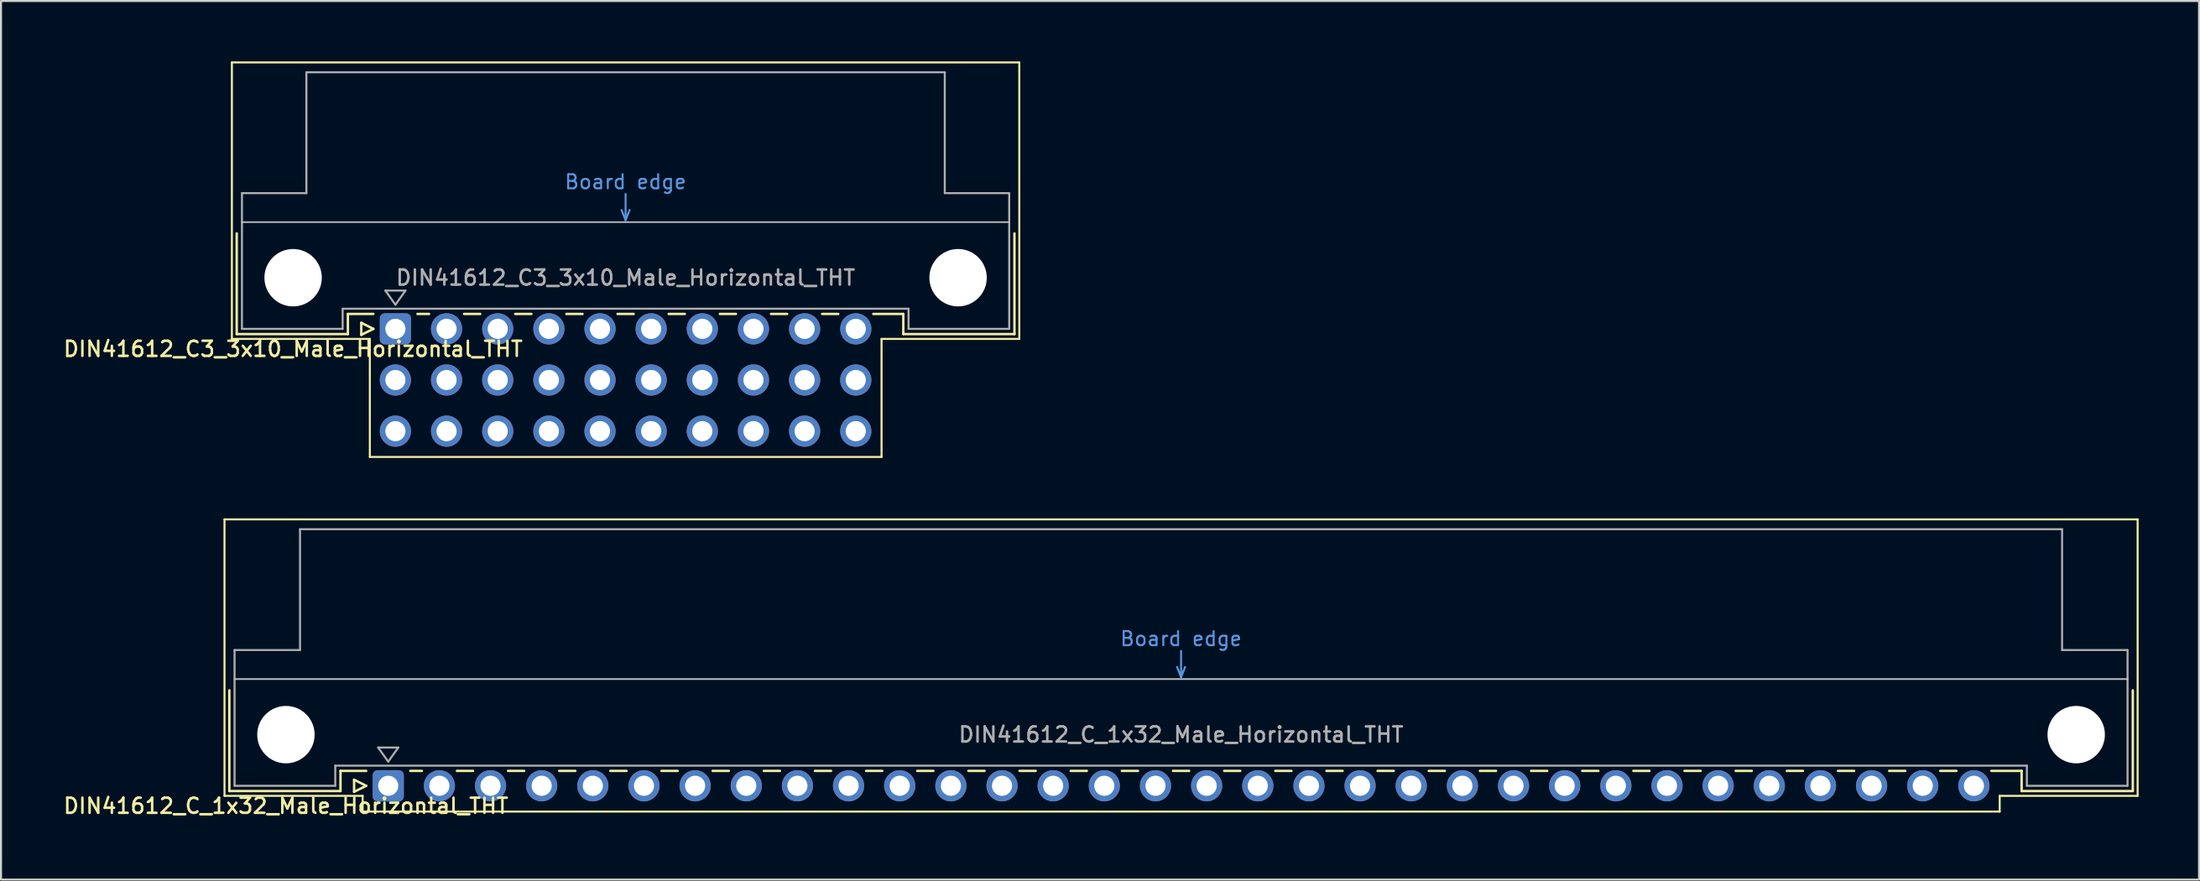
<source format=kicad_pcb>
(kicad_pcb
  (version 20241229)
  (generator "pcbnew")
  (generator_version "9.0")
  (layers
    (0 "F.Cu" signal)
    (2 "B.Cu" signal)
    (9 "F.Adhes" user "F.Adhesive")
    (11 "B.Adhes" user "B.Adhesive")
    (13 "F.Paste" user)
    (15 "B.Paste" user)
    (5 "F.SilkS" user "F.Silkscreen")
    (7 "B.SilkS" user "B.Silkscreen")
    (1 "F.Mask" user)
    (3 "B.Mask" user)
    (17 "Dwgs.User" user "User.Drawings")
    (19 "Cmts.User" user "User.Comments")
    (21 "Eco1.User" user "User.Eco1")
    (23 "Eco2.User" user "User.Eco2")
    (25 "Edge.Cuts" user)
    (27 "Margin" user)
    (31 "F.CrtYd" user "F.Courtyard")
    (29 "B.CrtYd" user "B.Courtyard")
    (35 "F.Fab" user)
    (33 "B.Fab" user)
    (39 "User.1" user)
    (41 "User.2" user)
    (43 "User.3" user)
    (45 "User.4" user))
  (footprint "DIN41612_C_1x32_Male_Horizontal_THT"
    (layer "F.Cu")
    (at 16.228 35.97)
    (property "Reference" "DIN41612_C_1x32_Male_Horizontal_THT" (at -5.08 1 0) (layer "F.SilkS") (effects (font (size 0.75 0.75) (thickness 0.125))))
    (attr through_hole)
    (fp_line (start -8.13 -13.23) (end -8.13 0.5) (stroke (width 0.1) (type solid)) (layer "F.SilkS"))
    (fp_line (start -8.13 0.5) (end -1.27 0.5) (stroke (width 0.1) (type solid)) (layer "F.SilkS"))
    (fp_line (start -7.89 -4.74) (end -7.89 0.26) (stroke (width 0.12) (type solid)) (layer "F.SilkS"))
    (fp_line (start -7.89 0.26) (end -2.37 0.26) (stroke (width 0.12) (type solid)) (layer "F.SilkS"))
    (fp_line (start -2.371 -0.74) (end -1.095 -0.74) (stroke (width 0.12) (type solid)) (layer "F.SilkS"))
    (fp_line (start -2.37 0.26) (end -2.37 -0.74) (stroke (width 0.12) (type solid)) (layer "F.SilkS"))
    (fp_line (start -1.695 -0.3) (end -1.695 0.3) (stroke (width 0.12) (type solid)) (layer "F.SilkS"))
    (fp_line (start -1.695 0.3) (end -1.095 0) (stroke (width 0.12) (type solid)) (layer "F.SilkS"))
    (fp_line (start -1.27 0.5) (end -1.27 1.28) (stroke (width 0.1) (type solid)) (layer "F.SilkS"))
    (fp_line (start -1.27 1.28) (end 80.02 1.28) (stroke (width 0.1) (type solid)) (layer "F.SilkS"))
    (fp_line (start -1.095 0) (end -1.695 -0.3) (stroke (width 0.12) (type solid)) (layer "F.SilkS"))
    (fp_line (start 1.095 -0.74) (end 1.671 -0.74) (stroke (width 0.12) (type solid)) (layer "F.SilkS"))
    (fp_line (start 3.41 -0.74) (end 4.211 -0.74) (stroke (width 0.12) (type solid)) (layer "F.SilkS"))
    (fp_line (start 5.95 -0.74) (end 6.751 -0.74) (stroke (width 0.12) (type solid)) (layer "F.SilkS"))
    (fp_line (start 8.49 -0.74) (end 9.291 -0.74) (stroke (width 0.12) (type solid)) (layer "F.SilkS"))
    (fp_line (start 11.03 -0.74) (end 11.831 -0.74) (stroke (width 0.12) (type solid)) (layer "F.SilkS"))
    (fp_line (start 13.57 -0.74) (end 14.371 -0.74) (stroke (width 0.12) (type solid)) (layer "F.SilkS"))
    (fp_line (start 16.11 -0.74) (end 16.911 -0.74) (stroke (width 0.12) (type solid)) (layer "F.SilkS"))
    (fp_line (start 18.65 -0.74) (end 19.451 -0.74) (stroke (width 0.12) (type solid)) (layer "F.SilkS"))
    (fp_line (start 21.19 -0.74) (end 21.991 -0.74) (stroke (width 0.12) (type solid)) (layer "F.SilkS"))
    (fp_line (start 23.73 -0.74) (end 24.531 -0.74) (stroke (width 0.12) (type solid)) (layer "F.SilkS"))
    (fp_line (start 26.27 -0.74) (end 27.071 -0.74) (stroke (width 0.12) (type solid)) (layer "F.SilkS"))
    (fp_line (start 28.81 -0.74) (end 29.611 -0.74) (stroke (width 0.12) (type solid)) (layer "F.SilkS"))
    (fp_line (start 31.35 -0.74) (end 32.151 -0.74) (stroke (width 0.12) (type solid)) (layer "F.SilkS"))
    (fp_line (start 33.89 -0.74) (end 34.691 -0.74) (stroke (width 0.12) (type solid)) (layer "F.SilkS"))
    (fp_line (start 36.43 -0.74) (end 37.231 -0.74) (stroke (width 0.12) (type solid)) (layer "F.SilkS"))
    (fp_line (start 38.97 -0.74) (end 39.771 -0.74) (stroke (width 0.12) (type solid)) (layer "F.SilkS"))
    (fp_line (start 41.51 -0.74) (end 42.311 -0.74) (stroke (width 0.12) (type solid)) (layer "F.SilkS"))
    (fp_line (start 44.05 -0.74) (end 44.851 -0.74) (stroke (width 0.12) (type solid)) (layer "F.SilkS"))
    (fp_line (start 46.59 -0.74) (end 47.391 -0.74) (stroke (width 0.12) (type solid)) (layer "F.SilkS"))
    (fp_line (start 49.13 -0.74) (end 49.931 -0.74) (stroke (width 0.12) (type solid)) (layer "F.SilkS"))
    (fp_line (start 51.67 -0.74) (end 52.471 -0.74) (stroke (width 0.12) (type solid)) (layer "F.SilkS"))
    (fp_line (start 54.21 -0.74) (end 55.011 -0.74) (stroke (width 0.12) (type solid)) (layer "F.SilkS"))
    (fp_line (start 56.75 -0.74) (end 57.551 -0.74) (stroke (width 0.12) (type solid)) (layer "F.SilkS"))
    (fp_line (start 59.29 -0.74) (end 60.091 -0.74) (stroke (width 0.12) (type solid)) (layer "F.SilkS"))
    (fp_line (start 61.83 -0.74) (end 62.631 -0.74) (stroke (width 0.12) (type solid)) (layer "F.SilkS"))
    (fp_line (start 64.37 -0.74) (end 65.171 -0.74) (stroke (width 0.12) (type solid)) (layer "F.SilkS"))
    (fp_line (start 66.91 -0.74) (end 67.711 -0.74) (stroke (width 0.12) (type solid)) (layer "F.SilkS"))
    (fp_line (start 69.45 -0.74) (end 70.251 -0.74) (stroke (width 0.12) (type solid)) (layer "F.SilkS"))
    (fp_line (start 71.99 -0.74) (end 72.791 -0.74) (stroke (width 0.12) (type solid)) (layer "F.SilkS"))
    (fp_line (start 74.53 -0.74) (end 75.331 -0.74) (stroke (width 0.12) (type solid)) (layer "F.SilkS"))
    (fp_line (start 77.07 -0.74) (end 77.871 -0.74) (stroke (width 0.12) (type solid)) (layer "F.SilkS"))
    (fp_line (start 79.61 -0.74) (end 81.11 -0.74) (stroke (width 0.12) (type solid)) (layer "F.SilkS"))
    (fp_line (start 80.02 0.5) (end 86.87 0.5) (stroke (width 0.1) (type solid)) (layer "F.SilkS"))
    (fp_line (start 80.02 1.28) (end 80.02 0.5) (stroke (width 0.1) (type solid)) (layer "F.SilkS"))
    (fp_line (start 81.11 0.26) (end 81.11 -0.74) (stroke (width 0.12) (type solid)) (layer "F.SilkS"))
    (fp_line (start 86.63 -4.74) (end 86.63 0.26) (stroke (width 0.12) (type solid)) (layer "F.SilkS"))
    (fp_line (start 86.63 0.26) (end 81.11 0.26) (stroke (width 0.12) (type solid)) (layer "F.SilkS"))
    (fp_line (start 86.87 -13.23) (end -8.13 -13.23) (stroke (width 0.1) (type solid)) (layer "F.SilkS"))
    (fp_line (start 86.87 0.5) (end 86.87 -13.23) (stroke (width 0.1) (type solid)) (layer "F.SilkS"))
    (fp_line (start -7.63 -5.3) (end 86.37 -5.3) (stroke (width 0.08) (type solid)) (layer "Dwgs.User"))
    (fp_line (start 39.17 -5.9) (end 39.37 -5.4) (stroke (width 0.1) (type solid)) (layer "Cmts.User"))
    (fp_line (start 39.37 -5.4) (end 39.37 -6.7) (stroke (width 0.1) (type solid)) (layer "Cmts.User"))
    (fp_line (start 39.37 -5.4) (end 39.57 -5.9) (stroke (width 0.1) (type solid)) (layer "Cmts.User"))
    (fp_line (start -7.63 -6.74) (end -7.63 0) (stroke (width 0.1) (type solid)) (layer "F.Fab"))
    (fp_line (start -7.63 0) (end -2.63 0) (stroke (width 0.1) (type solid)) (layer "F.Fab"))
    (fp_line (start -4.38 -12.74) (end -4.38 -6.74) (stroke (width 0.1) (type solid)) (layer "F.Fab"))
    (fp_line (start -4.38 -6.74) (end -7.63 -6.74) (stroke (width 0.1) (type solid)) (layer "F.Fab"))
    (fp_line (start -2.63 -1) (end 81.37 -1) (stroke (width 0.1) (type solid)) (layer "F.Fab"))
    (fp_line (start -2.63 0) (end -2.63 -1) (stroke (width 0.1) (type solid)) (layer "F.Fab"))
    (fp_line (start -0.5 -1.9) (end 0.5 -1.9) (stroke (width 0.1) (type solid)) (layer "F.Fab"))
    (fp_line (start 0 -1.2) (end -0.5 -1.9) (stroke (width 0.1) (type solid)) (layer "F.Fab"))
    (fp_line (start 0.5 -1.9) (end 0 -1.2) (stroke (width 0.1) (type solid)) (layer "F.Fab"))
    (fp_line (start 81.37 -1) (end 81.37 0) (stroke (width 0.1) (type solid)) (layer "F.Fab"))
    (fp_line (start 81.37 0) (end 86.37 0) (stroke (width 0.1) (type solid)) (layer "F.Fab"))
    (fp_line (start 83.12 -12.74) (end -4.38 -12.74) (stroke (width 0.1) (type solid)) (layer "F.Fab"))
    (fp_line (start 83.12 -6.74) (end 83.12 -12.74) (stroke (width 0.1) (type solid)) (layer "F.Fab"))
    (fp_line (start 86.37 -6.74) (end 83.12 -6.74) (stroke (width 0.1) (type solid)) (layer "F.Fab"))
    (fp_line (start 86.37 0) (end 86.37 -6.74) (stroke (width 0.1) (type solid)) (layer "F.Fab"))
    (fp_text user "Board edge" (at 39.37 -7.3 0) (layer "Cmts.User") (effects (font (size 0.7 0.7) (thickness 0.1))))
    (fp_text user "${REFERENCE}" (at 39.37 -2.54 0) (layer "F.Fab") (effects (font (size 0.75 0.75) (thickness 0.125))))
    (pad "" np_thru_hole circle (at -5.08 -2.54) (size 2.85 2.85) (drill 2.85) (layers "*.Cu" "*.Mask"))
    (pad "" np_thru_hole circle (at 83.82 -2.54) (size 2.85 2.85) (drill 2.85) (layers "*.Cu" "*.Mask"))
    (pad "a1" thru_hole roundrect (at 0 0) (size 1.55 1.55) (drill 1) (layers "*.Cu" "*.Mask") (roundrect_rratio 0.161))
    (pad "a2" thru_hole circle (at 2.54 0) (size 1.55 1.55) (drill 1) (layers "*.Cu" "*.Mask"))
    (pad "a3" thru_hole circle (at 5.08 0) (size 1.55 1.55) (drill 1) (layers "*.Cu" "*.Mask"))
    (pad "a4" thru_hole circle (at 7.62 0) (size 1.55 1.55) (drill 1) (layers "*.Cu" "*.Mask"))
    (pad "a5" thru_hole circle (at 10.16 0) (size 1.55 1.55) (drill 1) (layers "*.Cu" "*.Mask"))
    (pad "a6" thru_hole circle (at 12.7 0) (size 1.55 1.55) (drill 1) (layers "*.Cu" "*.Mask"))
    (pad "a7" thru_hole circle (at 15.24 0) (size 1.55 1.55) (drill 1) (layers "*.Cu" "*.Mask"))
    (pad "a8" thru_hole circle (at 17.78 0) (size 1.55 1.55) (drill 1) (layers "*.Cu" "*.Mask"))
    (pad "a9" thru_hole circle (at 20.32 0) (size 1.55 1.55) (drill 1) (layers "*.Cu" "*.Mask"))
    (pad "a10" thru_hole circle (at 22.86 0) (size 1.55 1.55) (drill 1) (layers "*.Cu" "*.Mask"))
    (pad "a11" thru_hole circle (at 25.4 0) (size 1.55 1.55) (drill 1) (layers "*.Cu" "*.Mask"))
    (pad "a12" thru_hole circle (at 27.94 0) (size 1.55 1.55) (drill 1) (layers "*.Cu" "*.Mask"))
    (pad "a13" thru_hole circle (at 30.48 0) (size 1.55 1.55) (drill 1) (layers "*.Cu" "*.Mask"))
    (pad "a14" thru_hole circle (at 33.02 0) (size 1.55 1.55) (drill 1) (layers "*.Cu" "*.Mask"))
    (pad "a15" thru_hole circle (at 35.56 0) (size 1.55 1.55) (drill 1) (layers "*.Cu" "*.Mask"))
    (pad "a16" thru_hole circle (at 38.1 0) (size 1.55 1.55) (drill 1) (layers "*.Cu" "*.Mask"))
    (pad "a17" thru_hole circle (at 40.64 0) (size 1.55 1.55) (drill 1) (layers "*.Cu" "*.Mask"))
    (pad "a18" thru_hole circle (at 43.18 0) (size 1.55 1.55) (drill 1) (layers "*.Cu" "*.Mask"))
    (pad "a19" thru_hole circle (at 45.72 0) (size 1.55 1.55) (drill 1) (layers "*.Cu" "*.Mask"))
    (pad "a20" thru_hole circle (at 48.26 0) (size 1.55 1.55) (drill 1) (layers "*.Cu" "*.Mask"))
    (pad "a21" thru_hole circle (at 50.8 0) (size 1.55 1.55) (drill 1) (layers "*.Cu" "*.Mask"))
    (pad "a22" thru_hole circle (at 53.34 0) (size 1.55 1.55) (drill 1) (layers "*.Cu" "*.Mask"))
    (pad "a23" thru_hole circle (at 55.88 0) (size 1.55 1.55) (drill 1) (layers "*.Cu" "*.Mask"))
    (pad "a24" thru_hole circle (at 58.42 0) (size 1.55 1.55) (drill 1) (layers "*.Cu" "*.Mask"))
    (pad "a25" thru_hole circle (at 60.96 0) (size 1.55 1.55) (drill 1) (layers "*.Cu" "*.Mask"))
    (pad "a26" thru_hole circle (at 63.5 0) (size 1.55 1.55) (drill 1) (layers "*.Cu" "*.Mask"))
    (pad "a27" thru_hole circle (at 66.04 0) (size 1.55 1.55) (drill 1) (layers "*.Cu" "*.Mask"))
    (pad "a28" thru_hole circle (at 68.58 0) (size 1.55 1.55) (drill 1) (layers "*.Cu" "*.Mask"))
    (pad "a29" thru_hole circle (at 71.12 0) (size 1.55 1.55) (drill 1) (layers "*.Cu" "*.Mask"))
    (pad "a30" thru_hole circle (at 73.66 0) (size 1.55 1.55) (drill 1) (layers "*.Cu" "*.Mask"))
    (pad "a31" thru_hole circle (at 76.2 0) (size 1.55 1.55) (drill 1) (layers "*.Cu" "*.Mask"))
    (pad "a32" thru_hole circle (at 78.74 0) (size 1.55 1.55) (drill 1) (layers "*.Cu" "*.Mask")))
  (footprint "DIN41612_C3_3x10_Male_Horizontal_THT"
    (layer "F.Cu")
    (at 16.585 13.28)
    (property "Reference" "DIN41612_C3_3x10_Male_Horizontal_THT" (at -5.08 1 0) (layer "F.SilkS") (effects (font (size 0.75 0.75) (thickness 0.125))))
    (attr through_hole)
    (fp_line (start -8.12 -13.23) (end -8.12 0.5) (stroke (width 0.1) (type solid)) (layer "F.SilkS"))
    (fp_line (start -8.12 0.5) (end -1.27 0.5) (stroke (width 0.1) (type solid)) (layer "F.SilkS"))
    (fp_line (start -7.88 -4.74) (end -7.88 0.26) (stroke (width 0.12) (type solid)) (layer "F.SilkS"))
    (fp_line (start -7.88 0.26) (end -2.36 0.26) (stroke (width 0.12) (type solid)) (layer "F.SilkS"))
    (fp_line (start -2.361 -0.74) (end -1.095 -0.74) (stroke (width 0.12) (type solid)) (layer "F.SilkS"))
    (fp_line (start -2.36 0.26) (end -2.36 -0.74) (stroke (width 0.12) (type solid)) (layer "F.SilkS"))
    (fp_line (start -1.695 -0.3) (end -1.695 0.3) (stroke (width 0.12) (type solid)) (layer "F.SilkS"))
    (fp_line (start -1.695 0.3) (end -1.095 0) (stroke (width 0.12) (type solid)) (layer "F.SilkS"))
    (fp_line (start -1.27 0.5) (end -1.27 6.36) (stroke (width 0.1) (type solid)) (layer "F.SilkS"))
    (fp_line (start -1.27 6.36) (end 24.14 6.36) (stroke (width 0.1) (type solid)) (layer "F.SilkS"))
    (fp_line (start -1.095 0) (end -1.695 -0.3) (stroke (width 0.12) (type solid)) (layer "F.SilkS"))
    (fp_line (start 1.095 -0.74) (end 1.671 -0.74) (stroke (width 0.12) (type solid)) (layer "F.SilkS"))
    (fp_line (start 3.41 -0.74) (end 4.211 -0.74) (stroke (width 0.12) (type solid)) (layer "F.SilkS"))
    (fp_line (start 5.95 -0.74) (end 6.751 -0.74) (stroke (width 0.12) (type solid)) (layer "F.SilkS"))
    (fp_line (start 8.49 -0.74) (end 9.291 -0.74) (stroke (width 0.12) (type solid)) (layer "F.SilkS"))
    (fp_line (start 11.03 -0.74) (end 11.831 -0.74) (stroke (width 0.12) (type solid)) (layer "F.SilkS"))
    (fp_line (start 13.57 -0.74) (end 14.371 -0.74) (stroke (width 0.12) (type solid)) (layer "F.SilkS"))
    (fp_line (start 16.11 -0.74) (end 16.911 -0.74) (stroke (width 0.12) (type solid)) (layer "F.SilkS"))
    (fp_line (start 18.65 -0.74) (end 19.451 -0.74) (stroke (width 0.12) (type solid)) (layer "F.SilkS"))
    (fp_line (start 21.19 -0.74) (end 21.991 -0.74) (stroke (width 0.12) (type solid)) (layer "F.SilkS"))
    (fp_line (start 23.73 -0.74) (end 25.22 -0.74) (stroke (width 0.12) (type solid)) (layer "F.SilkS"))
    (fp_line (start 24.14 0.5) (end 30.98 0.5) (stroke (width 0.1) (type solid)) (layer "F.SilkS"))
    (fp_line (start 24.14 6.36) (end 24.14 0.5) (stroke (width 0.1) (type solid)) (layer "F.SilkS"))
    (fp_line (start 25.22 0.26) (end 25.22 -0.74) (stroke (width 0.12) (type solid)) (layer "F.SilkS"))
    (fp_line (start 30.74 -4.74) (end 30.74 0.26) (stroke (width 0.12) (type solid)) (layer "F.SilkS"))
    (fp_line (start 30.74 0.26) (end 25.22 0.26) (stroke (width 0.12) (type solid)) (layer "F.SilkS"))
    (fp_line (start 30.98 -13.23) (end -8.12 -13.23) (stroke (width 0.1) (type solid)) (layer "F.SilkS"))
    (fp_line (start 30.98 0.5) (end 30.98 -13.23) (stroke (width 0.1) (type solid)) (layer "F.SilkS"))
    (fp_line (start -7.62 -5.3) (end 30.48 -5.3) (stroke (width 0.08) (type solid)) (layer "Dwgs.User"))
    (fp_line (start 11.23 -5.9) (end 11.43 -5.4) (stroke (width 0.1) (type solid)) (layer "Cmts.User"))
    (fp_line (start 11.43 -5.4) (end 11.43 -6.7) (stroke (width 0.1) (type solid)) (layer "Cmts.User"))
    (fp_line (start 11.43 -5.4) (end 11.63 -5.9) (stroke (width 0.1) (type solid)) (layer "Cmts.User"))
    (fp_line (start -7.62 -6.74) (end -7.62 0) (stroke (width 0.1) (type solid)) (layer "F.Fab"))
    (fp_line (start -7.62 0) (end -2.62 0) (stroke (width 0.1) (type solid)) (layer "F.Fab"))
    (fp_line (start -4.42 -12.74) (end -4.42 -6.74) (stroke (width 0.1) (type solid)) (layer "F.Fab"))
    (fp_line (start -4.42 -6.74) (end -7.62 -6.74) (stroke (width 0.1) (type solid)) (layer "F.Fab"))
    (fp_line (start -2.62 -1) (end 25.48 -1) (stroke (width 0.1) (type solid)) (layer "F.Fab"))
    (fp_line (start -2.62 0) (end -2.62 -1) (stroke (width 0.1) (type solid)) (layer "F.Fab"))
    (fp_line (start -0.5 -1.9) (end 0.5 -1.9) (stroke (width 0.1) (type solid)) (layer "F.Fab"))
    (fp_line (start 0 -1.2) (end -0.5 -1.9) (stroke (width 0.1) (type solid)) (layer "F.Fab"))
    (fp_line (start 0.5 -1.9) (end 0 -1.2) (stroke (width 0.1) (type solid)) (layer "F.Fab"))
    (fp_line (start 25.48 -1) (end 25.48 0) (stroke (width 0.1) (type solid)) (layer "F.Fab"))
    (fp_line (start 25.48 0) (end 30.48 0) (stroke (width 0.1) (type solid)) (layer "F.Fab"))
    (fp_line (start 27.28 -12.74) (end -4.42 -12.74) (stroke (width 0.1) (type solid)) (layer "F.Fab"))
    (fp_line (start 27.28 -6.74) (end 27.28 -12.74) (stroke (width 0.1) (type solid)) (layer "F.Fab"))
    (fp_line (start 30.48 -6.74) (end 27.28 -6.74) (stroke (width 0.1) (type solid)) (layer "F.Fab"))
    (fp_line (start 30.48 0) (end 30.48 -6.74) (stroke (width 0.1) (type solid)) (layer "F.Fab"))
    (fp_text user "Board edge" (at 11.43 -7.3 0) (layer "Cmts.User") (effects (font (size 0.7 0.7) (thickness 0.1))))
    (fp_text user "${REFERENCE}" (at 11.43 -2.54 0) (layer "F.Fab") (effects (font (size 0.75 0.75) (thickness 0.125))))
    (pad "" np_thru_hole circle (at -5.08 -2.54) (size 2.85 2.85) (drill 2.85) (layers "*.Cu" "*.Mask"))
    (pad "" np_thru_hole circle (at 27.94 -2.54) (size 2.85 2.85) (drill 2.85) (layers "*.Cu" "*.Mask"))
    (pad "a1" thru_hole roundrect (at 0 0) (size 1.55 1.55) (drill 1) (layers "*.Cu" "*.Mask") (roundrect_rratio 0.161))
    (pad "a2" thru_hole circle (at 2.54 0) (size 1.55 1.55) (drill 1) (layers "*.Cu" "*.Mask"))
    (pad "a3" thru_hole circle (at 5.08 0) (size 1.55 1.55) (drill 1) (layers "*.Cu" "*.Mask"))
    (pad "a4" thru_hole circle (at 7.62 0) (size 1.55 1.55) (drill 1) (layers "*.Cu" "*.Mask"))
    (pad "a5" thru_hole circle (at 10.16 0) (size 1.55 1.55) (drill 1) (layers "*.Cu" "*.Mask"))
    (pad "a6" thru_hole circle (at 12.7 0) (size 1.55 1.55) (drill 1) (layers "*.Cu" "*.Mask"))
    (pad "a7" thru_hole circle (at 15.24 0) (size 1.55 1.55) (drill 1) (layers "*.Cu" "*.Mask"))
    (pad "a8" thru_hole circle (at 17.78 0) (size 1.55 1.55) (drill 1) (layers "*.Cu" "*.Mask"))
    (pad "a9" thru_hole circle (at 20.32 0) (size 1.55 1.55) (drill 1) (layers "*.Cu" "*.Mask"))
    (pad "a10" thru_hole circle (at 22.86 0) (size 1.55 1.55) (drill 1) (layers "*.Cu" "*.Mask"))
    (pad "b1" thru_hole circle (at 0 2.54) (size 1.55 1.55) (drill 1) (layers "*.Cu" "*.Mask"))
    (pad "b2" thru_hole circle (at 2.54 2.54) (size 1.55 1.55) (drill 1) (layers "*.Cu" "*.Mask"))
    (pad "b3" thru_hole circle (at 5.08 2.54) (size 1.55 1.55) (drill 1) (layers "*.Cu" "*.Mask"))
    (pad "b4" thru_hole circle (at 7.62 2.54) (size 1.55 1.55) (drill 1) (layers "*.Cu" "*.Mask"))
    (pad "b5" thru_hole circle (at 10.16 2.54) (size 1.55 1.55) (drill 1) (layers "*.Cu" "*.Mask"))
    (pad "b6" thru_hole circle (at 12.7 2.54) (size 1.55 1.55) (drill 1) (layers "*.Cu" "*.Mask"))
    (pad "b7" thru_hole circle (at 15.24 2.54) (size 1.55 1.55) (drill 1) (layers "*.Cu" "*.Mask"))
    (pad "b8" thru_hole circle (at 17.78 2.54) (size 1.55 1.55) (drill 1) (layers "*.Cu" "*.Mask"))
    (pad "b9" thru_hole circle (at 20.32 2.54) (size 1.55 1.55) (drill 1) (layers "*.Cu" "*.Mask"))
    (pad "b10" thru_hole circle (at 22.86 2.54) (size 1.55 1.55) (drill 1) (layers "*.Cu" "*.Mask"))
    (pad "c1" thru_hole circle (at 0 5.08) (size 1.55 1.55) (drill 1) (layers "*.Cu" "*.Mask"))
    (pad "c2" thru_hole circle (at 2.54 5.08) (size 1.55 1.55) (drill 1) (layers "*.Cu" "*.Mask"))
    (pad "c3" thru_hole circle (at 5.08 5.08) (size 1.55 1.55) (drill 1) (layers "*.Cu" "*.Mask"))
    (pad "c4" thru_hole circle (at 7.62 5.08) (size 1.55 1.55) (drill 1) (layers "*.Cu" "*.Mask"))
    (pad "c5" thru_hole circle (at 10.16 5.08) (size 1.55 1.55) (drill 1) (layers "*.Cu" "*.Mask"))
    (pad "c6" thru_hole circle (at 12.7 5.08) (size 1.55 1.55) (drill 1) (layers "*.Cu" "*.Mask"))
    (pad "c7" thru_hole circle (at 15.24 5.08) (size 1.55 1.55) (drill 1) (layers "*.Cu" "*.Mask"))
    (pad "c8" thru_hole circle (at 17.78 5.08) (size 1.55 1.55) (drill 1) (layers "*.Cu" "*.Mask"))
    (pad "c9" thru_hole circle (at 20.32 5.08) (size 1.55 1.55) (drill 1) (layers "*.Cu" "*.Mask"))
    (pad "c10" thru_hole circle (at 22.86 5.08) (size 1.55 1.55) (drill 1) (layers "*.Cu" "*.Mask")))
  (gr_rect
    (start -3 -3)
    (end 106.148 40.628)
    (stroke (width 0.1) (type default))
    (fill no)
    (layer "Edge.Cuts")))
</source>
